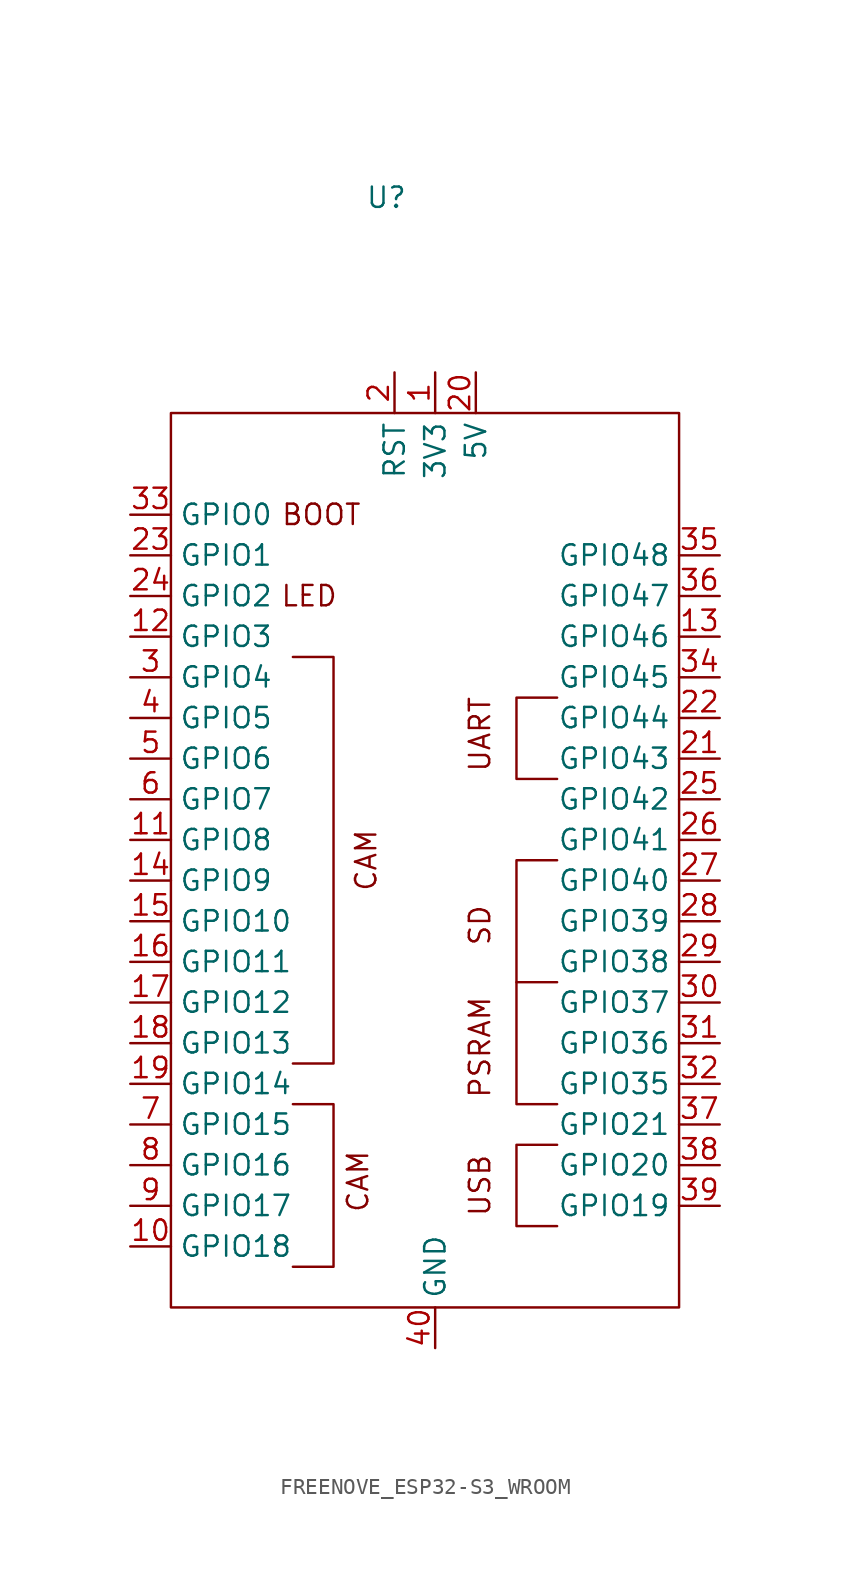
<source format=kicad_sym>
(kicad_symbol_lib
  (version 20231120)
  (generator "kicad_symbol_editor")
  (generator_version "8.0")
  (symbol "FREENOVE_ESP32-S3_WROOM"
    (property "Reference" "U"
      (at -3.048 13.462 0)
      (effects (font (size 1.27 1.27))))
    (symbol "FREENOVE_ESP32-S3_WROOM_0_1"
      (polyline (pts (xy 7.62 -22.86) (xy 5.08 -22.86) (xy 5.08 -17.78) (xy 7.62 -17.78)) (stroke (width 0) (type default)) (fill (type none))))
    (symbol "FREENOVE_ESP32-S3_WROOM_1_1"
      (rectangle (start -16.51 0) (end 15.24 -55.88) (stroke (width 0) (type default)) (fill (type none)))
      (polyline (pts (xy 7.62 -43.18) (xy 5.08 -43.18) (xy 5.08 -35.56)) (stroke (width 0) (type default)) (fill (type none)))
      (polyline (pts (xy -8.89 -43.18) (xy -6.35 -43.18) (xy -6.35 -53.34) (xy -8.89 -53.34)) (stroke (width 0) (type default)) (fill (type none)))
      (polyline (pts (xy -8.89 -15.24) (xy -6.35 -15.24) (xy -6.35 -40.64) (xy -8.89 -40.64)) (stroke (width 0) (type default)) (fill (type none)))
      (polyline (pts (xy 7.62 -45.72) (xy 5.08 -45.72) (xy 5.08 -50.8) (xy 7.62 -50.8)) (stroke (width 0) (type default)) (fill (type none)))
      (polyline (pts (xy 7.62 -35.56) (xy 5.08 -35.56) (xy 5.08 -27.94) (xy 7.62 -27.94)) (stroke (width 0) (type default)) (fill (type none)))
      (text "BOOT" (at -7.112 -6.35 0) (effects (font (size 1.27 1.27))))
      (text "CAM" (at -4.826 -48.006 900) (effects (font (size 1.27 1.27))))
      (text "CAM" (at -4.318 -27.94 900) (effects (font (size 1.27 1.27))))
      (text "LED" (at -7.874 -11.43 0) (effects (font (size 1.27 1.27))))
      (text "PSRAM" (at 2.794 -39.624 900) (effects (font (size 1.27 1.27))))
      (text "SD" (at 2.794 -32.004 900) (effects (font (size 1.27 1.27))))
      (text "UART" (at 2.794 -20.066 900) (effects (font (size 1.27 1.27))))
      (text "USB" (at 2.794 -48.26 900) (effects (font (size 1.27 1.27))))
      (pin bidirectional line (at 0 2.54 270) (length 2.54) (name "3V3" (effects (font (size 1.27 1.27)))) (number "1" (effects (font (size 1.27 1.27)))))
      (pin bidirectional line (at -19.05 -52.07 0) (length 2.54) (name "GPIO18" (effects (font (size 1.27 1.27)))) (number "10" (effects (font (size 1.27 1.27)))))
      (pin bidirectional line (at -19.05 -26.67 0) (length 2.54) (name "GPIO8" (effects (font (size 1.27 1.27)))) (number "11" (effects (font (size 1.27 1.27)))))
      (pin bidirectional line (at -19.05 -13.97 0) (length 2.54) (name "GPIO3" (effects (font (size 1.27 1.27)))) (number "12" (effects (font (size 1.27 1.27)))))
      (pin bidirectional line (at 17.78 -13.97 180) (length 2.54) (name "GPIO46" (effects (font (size 1.27 1.27)))) (number "13" (effects (font (size 1.27 1.27)))))
      (pin bidirectional line (at -19.05 -29.21 0) (length 2.54) (name "GPIO9" (effects (font (size 1.27 1.27)))) (number "14" (effects (font (size 1.27 1.27)))))
      (pin bidirectional line (at -19.05 -31.75 0) (length 2.54) (name "GPIO10" (effects (font (size 1.27 1.27)))) (number "15" (effects (font (size 1.27 1.27)))))
      (pin bidirectional line (at -19.05 -34.29 0) (length 2.54) (name "GPIO11" (effects (font (size 1.27 1.27)))) (number "16" (effects (font (size 1.27 1.27)))))
      (pin bidirectional line (at -19.05 -36.83 0) (length 2.54) (name "GPIO12" (effects (font (size 1.27 1.27)))) (number "17" (effects (font (size 1.27 1.27)))))
      (pin bidirectional line (at -19.05 -39.37 0) (length 2.54) (name "GPIO13" (effects (font (size 1.27 1.27)))) (number "18" (effects (font (size 1.27 1.27)))))
      (pin bidirectional line (at -19.05 -41.91 0) (length 2.54) (name "GPIO14" (effects (font (size 1.27 1.27)))) (number "19" (effects (font (size 1.27 1.27)))))
      (pin input line (at -2.54 2.54 270) (length 2.54) (name "RST" (effects (font (size 1.27 1.27)))) (number "2" (effects (font (size 1.27 1.27)))))
      (pin bidirectional line (at 2.54 2.54 270) (length 2.54) (name "5V" (effects (font (size 1.27 1.27)))) (number "20" (effects (font (size 1.27 1.27)))))
      (pin bidirectional line (at 17.78 -21.59 180) (length 2.54) (name "GPIO43" (effects (font (size 1.27 1.27)))) (number "21" (effects (font (size 1.27 1.27)))))
      (pin bidirectional line (at 17.78 -19.05 180) (length 2.54) (name "GPIO44" (effects (font (size 1.27 1.27)))) (number "22" (effects (font (size 1.27 1.27)))))
      (pin bidirectional line (at -19.05 -8.89 0) (length 2.54) (name "GPIO1" (effects (font (size 1.27 1.27)))) (number "23" (effects (font (size 1.27 1.27)))))
      (pin bidirectional line (at -19.05 -11.43 0) (length 2.54) (name "GPIO2" (effects (font (size 1.27 1.27)))) (number "24" (effects (font (size 1.27 1.27)))))
      (pin bidirectional line (at 17.78 -24.13 180) (length 2.54) (name "GPIO42" (effects (font (size 1.27 1.27)))) (number "25" (effects (font (size 1.27 1.27)))))
      (pin bidirectional line (at 17.78 -26.67 180) (length 2.54) (name "GPIO41" (effects (font (size 1.27 1.27)))) (number "26" (effects (font (size 1.27 1.27)))))
      (pin bidirectional line (at 17.78 -29.21 180) (length 2.54) (name "GPIO40" (effects (font (size 1.27 1.27)))) (number "27" (effects (font (size 1.27 1.27)))))
      (pin bidirectional line (at 17.78 -31.75 180) (length 2.54) (name "GPIO39" (effects (font (size 1.27 1.27)))) (number "28" (effects (font (size 1.27 1.27)))))
      (pin bidirectional line (at 17.78 -34.29 180) (length 2.54) (name "GPIO38" (effects (font (size 1.27 1.27)))) (number "29" (effects (font (size 1.27 1.27)))))
      (pin bidirectional line (at -19.05 -16.51 0) (length 2.54) (name "GPIO4" (effects (font (size 1.27 1.27)))) (number "3" (effects (font (size 1.27 1.27)))))
      (pin bidirectional line (at 17.78 -36.83 180) (length 2.54) (name "GPIO37" (effects (font (size 1.27 1.27)))) (number "30" (effects (font (size 1.27 1.27)))))
      (pin bidirectional line (at 17.78 -39.37 180) (length 2.54) (name "GPIO36" (effects (font (size 1.27 1.27)))) (number "31" (effects (font (size 1.27 1.27)))))
      (pin bidirectional line (at 17.78 -41.91 180) (length 2.54) (name "GPIO35" (effects (font (size 1.27 1.27)))) (number "32" (effects (font (size 1.27 1.27)))))
      (pin bidirectional line (at -19.05 -6.35 0) (length 2.54) (name "GPIO0" (effects (font (size 1.27 1.27)))) (number "33" (effects (font (size 1.27 1.27)))))
      (pin bidirectional line (at 17.78 -16.51 180) (length 2.54) (name "GPIO45" (effects (font (size 1.27 1.27)))) (number "34" (effects (font (size 1.27 1.27)))))
      (pin bidirectional line (at 17.78 -8.89 180) (length 2.54) (name "GPIO48" (effects (font (size 1.27 1.27)))) (number "35" (effects (font (size 1.27 1.27)))))
      (pin bidirectional line (at 17.78 -11.43 180) (length 2.54) (name "GPIO47" (effects (font (size 1.27 1.27)))) (number "36" (effects (font (size 1.27 1.27)))))
      (pin bidirectional line (at 17.78 -44.45 180) (length 2.54) (name "GPIO21" (effects (font (size 1.27 1.27)))) (number "37" (effects (font (size 1.27 1.27)))))
      (pin bidirectional line (at 17.78 -46.99 180) (length 2.54) (name "GPIO20" (effects (font (size 1.27 1.27)))) (number "38" (effects (font (size 1.27 1.27)))))
      (pin bidirectional line (at 17.78 -49.53 180) (length 2.54) (name "GPIO19" (effects (font (size 1.27 1.27)))) (number "39" (effects (font (size 1.27 1.27)))))
      (pin bidirectional line (at -19.05 -19.05 0) (length 2.54) (name "GPIO5" (effects (font (size 1.27 1.27)))) (number "4" (effects (font (size 1.27 1.27)))))
      (pin bidirectional line (at 0 -58.42 90) (length 2.54) (name "GND" (effects (font (size 1.27 1.27)))) (number "40" (effects (font (size 1.27 1.27)))))
      (pin bidirectional line (at -19.05 -21.59 0) (length 2.54) (name "GPIO6" (effects (font (size 1.27 1.27)))) (number "5" (effects (font (size 1.27 1.27)))))
      (pin bidirectional line (at -19.05 -24.13 0) (length 2.54) (name "GPIO7" (effects (font (size 1.27 1.27)))) (number "6" (effects (font (size 1.27 1.27)))))
      (pin bidirectional line (at -19.05 -44.45 0) (length 2.54) (name "GPIO15" (effects (font (size 1.27 1.27)))) (number "7" (effects (font (size 1.27 1.27)))))
      (pin bidirectional line (at -19.05 -46.99 0) (length 2.54) (name "GPIO16" (effects (font (size 1.27 1.27)))) (number "8" (effects (font (size 1.27 1.27)))))
      (pin bidirectional line (at -19.05 -49.53 0) (length 2.54) (name "GPIO17" (effects (font (size 1.27 1.27)))) (number "9" (effects (font (size 1.27 1.27))))))))
</source>
